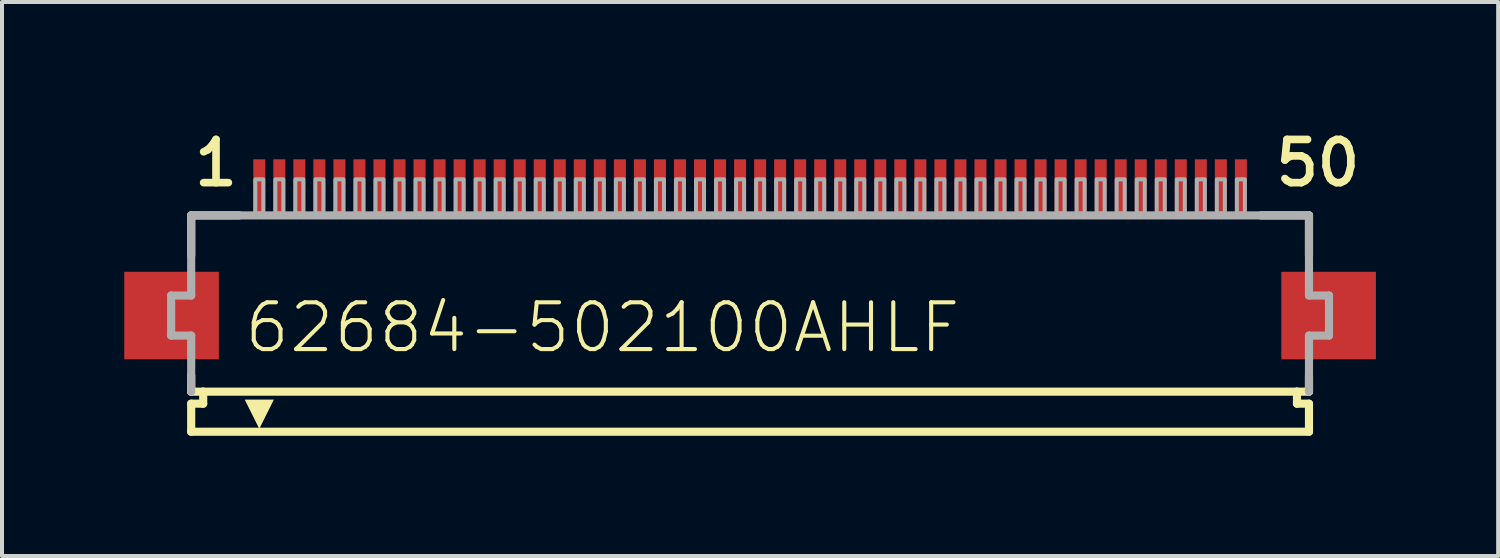
<source format=kicad_pcb>
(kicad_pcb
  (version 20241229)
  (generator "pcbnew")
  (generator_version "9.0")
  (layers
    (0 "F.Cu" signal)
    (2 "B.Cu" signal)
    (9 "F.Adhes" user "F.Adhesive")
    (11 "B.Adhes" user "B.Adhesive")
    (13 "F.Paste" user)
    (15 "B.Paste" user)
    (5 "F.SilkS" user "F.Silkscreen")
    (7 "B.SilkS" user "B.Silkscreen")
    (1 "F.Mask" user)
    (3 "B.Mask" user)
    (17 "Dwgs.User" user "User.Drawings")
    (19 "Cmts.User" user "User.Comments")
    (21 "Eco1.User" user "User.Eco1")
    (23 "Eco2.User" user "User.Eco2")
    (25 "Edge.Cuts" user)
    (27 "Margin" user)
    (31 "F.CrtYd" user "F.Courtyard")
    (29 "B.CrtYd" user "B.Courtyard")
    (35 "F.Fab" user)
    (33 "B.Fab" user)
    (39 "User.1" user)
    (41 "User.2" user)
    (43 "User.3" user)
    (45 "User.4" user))
  (footprint "62684-502100AHLF"
    (layer "F.Cu")
    (at 15.672 4.826)
    (property "Reference" "62684-502100AHLF" (at -12.678 0.985 0) (layer "F.SilkS") (effects (font (size 1.168 1.168) (thickness 0.102)) (justify left bottom)))
    (fp_poly (pts (xy -15.621 1.092) (xy -13.259 1.092) (xy -13.259 -1.092) (xy -15.621 -1.092)) (stroke (width 0) (type default)) (fill yes) (layer "F.Cu"))
    (fp_poly (pts (xy 15.621 -1.092) (xy 13.259 -1.092) (xy 13.259 1.092) (xy 15.621 1.092)) (stroke (width 0) (type default)) (fill yes) (layer "F.Cu"))
    (fp_poly (pts (xy -15.672 1.168) (xy -13.208 1.168) (xy -13.208 -1.168) (xy -15.672 -1.168)) (stroke (width 0) (type default)) (fill yes) (layer "F.Mask"))
    (fp_poly (pts (xy -12.45 -2.55) (xy -12.05 -2.55) (xy -12.05 -3.95) (xy -12.45 -3.95)) (stroke (width 0) (type default)) (fill yes) (layer "F.Mask"))
    (fp_poly (pts (xy -11.95 -2.55) (xy -11.55 -2.55) (xy -11.55 -3.95) (xy -11.95 -3.95)) (stroke (width 0) (type default)) (fill yes) (layer "F.Mask"))
    (fp_poly (pts (xy -11.45 -2.55) (xy -11.05 -2.55) (xy -11.05 -3.95) (xy -11.45 -3.95)) (stroke (width 0) (type default)) (fill yes) (layer "F.Mask"))
    (fp_poly (pts (xy -10.95 -2.55) (xy -10.55 -2.55) (xy -10.55 -3.95) (xy -10.95 -3.95)) (stroke (width 0) (type default)) (fill yes) (layer "F.Mask"))
    (fp_poly (pts (xy -10.45 -2.55) (xy -10.05 -2.55) (xy -10.05 -3.95) (xy -10.45 -3.95)) (stroke (width 0) (type default)) (fill yes) (layer "F.Mask"))
    (fp_poly (pts (xy -9.95 -2.55) (xy -9.55 -2.55) (xy -9.55 -3.95) (xy -9.95 -3.95)) (stroke (width 0) (type default)) (fill yes) (layer "F.Mask"))
    (fp_poly (pts (xy -9.45 -2.55) (xy -9.05 -2.55) (xy -9.05 -3.95) (xy -9.45 -3.95)) (stroke (width 0) (type default)) (fill yes) (layer "F.Mask"))
    (fp_poly (pts (xy -8.95 -2.55) (xy -8.55 -2.55) (xy -8.55 -3.95) (xy -8.95 -3.95)) (stroke (width 0) (type default)) (fill yes) (layer "F.Mask"))
    (fp_poly (pts (xy -8.45 -2.55) (xy -8.05 -2.55) (xy -8.05 -3.95) (xy -8.45 -3.95)) (stroke (width 0) (type default)) (fill yes) (layer "F.Mask"))
    (fp_poly (pts (xy -7.95 -2.55) (xy -7.55 -2.55) (xy -7.55 -3.95) (xy -7.95 -3.95)) (stroke (width 0) (type default)) (fill yes) (layer "F.Mask"))
    (fp_poly (pts (xy -7.45 -2.55) (xy -7.05 -2.55) (xy -7.05 -3.95) (xy -7.45 -3.95)) (stroke (width 0) (type default)) (fill yes) (layer "F.Mask"))
    (fp_poly (pts (xy -6.95 -2.55) (xy -6.55 -2.55) (xy -6.55 -3.95) (xy -6.95 -3.95)) (stroke (width 0) (type default)) (fill yes) (layer "F.Mask"))
    (fp_poly (pts (xy -6.45 -2.55) (xy -6.05 -2.55) (xy -6.05 -3.95) (xy -6.45 -3.95)) (stroke (width 0) (type default)) (fill yes) (layer "F.Mask"))
    (fp_poly (pts (xy -5.95 -2.55) (xy -5.55 -2.55) (xy -5.55 -3.95) (xy -5.95 -3.95)) (stroke (width 0) (type default)) (fill yes) (layer "F.Mask"))
    (fp_poly (pts (xy -5.45 -2.55) (xy -5.05 -2.55) (xy -5.05 -3.95) (xy -5.45 -3.95)) (stroke (width 0) (type default)) (fill yes) (layer "F.Mask"))
    (fp_poly (pts (xy -4.95 -2.55) (xy -4.55 -2.55) (xy -4.55 -3.95) (xy -4.95 -3.95)) (stroke (width 0) (type default)) (fill yes) (layer "F.Mask"))
    (fp_poly (pts (xy -4.45 -2.55) (xy -4.05 -2.55) (xy -4.05 -3.95) (xy -4.45 -3.95)) (stroke (width 0) (type default)) (fill yes) (layer "F.Mask"))
    (fp_poly (pts (xy -3.95 -2.55) (xy -3.55 -2.55) (xy -3.55 -3.95) (xy -3.95 -3.95)) (stroke (width 0) (type default)) (fill yes) (layer "F.Mask"))
    (fp_poly (pts (xy -3.45 -2.55) (xy -3.05 -2.55) (xy -3.05 -3.95) (xy -3.45 -3.95)) (stroke (width 0) (type default)) (fill yes) (layer "F.Mask"))
    (fp_poly (pts (xy -2.95 -2.55) (xy -2.55 -2.55) (xy -2.55 -3.95) (xy -2.95 -3.95)) (stroke (width 0) (type default)) (fill yes) (layer "F.Mask"))
    (fp_poly (pts (xy -2.45 -2.55) (xy -2.05 -2.55) (xy -2.05 -3.95) (xy -2.45 -3.95)) (stroke (width 0) (type default)) (fill yes) (layer "F.Mask"))
    (fp_poly (pts (xy -1.95 -2.55) (xy -1.55 -2.55) (xy -1.55 -3.95) (xy -1.95 -3.95)) (stroke (width 0) (type default)) (fill yes) (layer "F.Mask"))
    (fp_poly (pts (xy -1.45 -2.55) (xy -1.05 -2.55) (xy -1.05 -3.95) (xy -1.45 -3.95)) (stroke (width 0) (type default)) (fill yes) (layer "F.Mask"))
    (fp_poly (pts (xy -0.95 -2.55) (xy -0.55 -2.55) (xy -0.55 -3.95) (xy -0.95 -3.95)) (stroke (width 0) (type default)) (fill yes) (layer "F.Mask"))
    (fp_poly (pts (xy -0.45 -2.55) (xy -0.05 -2.55) (xy -0.05 -3.95) (xy -0.45 -3.95)) (stroke (width 0) (type default)) (fill yes) (layer "F.Mask"))
    (fp_poly (pts (xy 0.05 -2.55) (xy 0.45 -2.55) (xy 0.45 -3.95) (xy 0.05 -3.95)) (stroke (width 0) (type default)) (fill yes) (layer "F.Mask"))
    (fp_poly (pts (xy 0.55 -2.55) (xy 0.95 -2.55) (xy 0.95 -3.95) (xy 0.55 -3.95)) (stroke (width 0) (type default)) (fill yes) (layer "F.Mask"))
    (fp_poly (pts (xy 1.05 -2.55) (xy 1.45 -2.55) (xy 1.45 -3.95) (xy 1.05 -3.95)) (stroke (width 0) (type default)) (fill yes) (layer "F.Mask"))
    (fp_poly (pts (xy 1.55 -2.55) (xy 1.95 -2.55) (xy 1.95 -3.95) (xy 1.55 -3.95)) (stroke (width 0) (type default)) (fill yes) (layer "F.Mask"))
    (fp_poly (pts (xy 2.05 -2.55) (xy 2.45 -2.55) (xy 2.45 -3.95) (xy 2.05 -3.95)) (stroke (width 0) (type default)) (fill yes) (layer "F.Mask"))
    (fp_poly (pts (xy 2.55 -2.55) (xy 2.95 -2.55) (xy 2.95 -3.95) (xy 2.55 -3.95)) (stroke (width 0) (type default)) (fill yes) (layer "F.Mask"))
    (fp_poly (pts (xy 3.05 -2.55) (xy 3.45 -2.55) (xy 3.45 -3.95) (xy 3.05 -3.95)) (stroke (width 0) (type default)) (fill yes) (layer "F.Mask"))
    (fp_poly (pts (xy 3.55 -2.55) (xy 3.95 -2.55) (xy 3.95 -3.95) (xy 3.55 -3.95)) (stroke (width 0) (type default)) (fill yes) (layer "F.Mask"))
    (fp_poly (pts (xy 4.05 -2.55) (xy 4.45 -2.55) (xy 4.45 -3.95) (xy 4.05 -3.95)) (stroke (width 0) (type default)) (fill yes) (layer "F.Mask"))
    (fp_poly (pts (xy 4.55 -2.55) (xy 4.95 -2.55) (xy 4.95 -3.95) (xy 4.55 -3.95)) (stroke (width 0) (type default)) (fill yes) (layer "F.Mask"))
    (fp_poly (pts (xy 5.05 -2.55) (xy 5.45 -2.55) (xy 5.45 -3.95) (xy 5.05 -3.95)) (stroke (width 0) (type default)) (fill yes) (layer "F.Mask"))
    (fp_poly (pts (xy 5.55 -2.55) (xy 5.95 -2.55) (xy 5.95 -3.95) (xy 5.55 -3.95)) (stroke (width 0) (type default)) (fill yes) (layer "F.Mask"))
    (fp_poly (pts (xy 6.05 -2.55) (xy 6.45 -2.55) (xy 6.45 -3.95) (xy 6.05 -3.95)) (stroke (width 0) (type default)) (fill yes) (layer "F.Mask"))
    (fp_poly (pts (xy 6.55 -2.55) (xy 6.95 -2.55) (xy 6.95 -3.95) (xy 6.55 -3.95)) (stroke (width 0) (type default)) (fill yes) (layer "F.Mask"))
    (fp_poly (pts (xy 7.05 -2.55) (xy 7.45 -2.55) (xy 7.45 -3.95) (xy 7.05 -3.95)) (stroke (width 0) (type default)) (fill yes) (layer "F.Mask"))
    (fp_poly (pts (xy 7.55 -2.55) (xy 7.95 -2.55) (xy 7.95 -3.95) (xy 7.55 -3.95)) (stroke (width 0) (type default)) (fill yes) (layer "F.Mask"))
    (fp_poly (pts (xy 8.05 -2.55) (xy 8.45 -2.55) (xy 8.45 -3.95) (xy 8.05 -3.95)) (stroke (width 0) (type default)) (fill yes) (layer "F.Mask"))
    (fp_poly (pts (xy 8.55 -2.55) (xy 8.95 -2.55) (xy 8.95 -3.95) (xy 8.55 -3.95)) (stroke (width 0) (type default)) (fill yes) (layer "F.Mask"))
    (fp_poly (pts (xy 9.05 -2.55) (xy 9.45 -2.55) (xy 9.45 -3.95) (xy 9.05 -3.95)) (stroke (width 0) (type default)) (fill yes) (layer "F.Mask"))
    (fp_poly (pts (xy 9.55 -2.55) (xy 9.95 -2.55) (xy 9.95 -3.95) (xy 9.55 -3.95)) (stroke (width 0) (type default)) (fill yes) (layer "F.Mask"))
    (fp_poly (pts (xy 10.05 -2.55) (xy 10.45 -2.55) (xy 10.45 -3.95) (xy 10.05 -3.95)) (stroke (width 0) (type default)) (fill yes) (layer "F.Mask"))
    (fp_poly (pts (xy 10.55 -2.55) (xy 10.95 -2.55) (xy 10.95 -3.95) (xy 10.55 -3.95)) (stroke (width 0) (type default)) (fill yes) (layer "F.Mask"))
    (fp_poly (pts (xy 11.05 -2.55) (xy 11.45 -2.55) (xy 11.45 -3.95) (xy 11.05 -3.95)) (stroke (width 0) (type default)) (fill yes) (layer "F.Mask"))
    (fp_poly (pts (xy 11.55 -2.55) (xy 11.95 -2.55) (xy 11.95 -3.95) (xy 11.55 -3.95)) (stroke (width 0) (type default)) (fill yes) (layer "F.Mask"))
    (fp_poly (pts (xy 12.05 -2.55) (xy 12.45 -2.55) (xy 12.45 -3.95) (xy 12.05 -3.95)) (stroke (width 0) (type default)) (fill yes) (layer "F.Mask"))
    (fp_poly (pts (xy 15.672 -1.168) (xy 13.208 -1.168) (xy 13.208 1.168) (xy 15.672 1.168)) (stroke (width 0) (type default)) (fill yes) (layer "F.Mask"))
    (fp_line (start -13.95 -2.5) (end -13.95 -1.5) (stroke (width 0.203) (type solid)) (layer "F.SilkS"))
    (fp_line (start -13.95 1.5) (end -13.95 1.9) (stroke (width 0.203) (type solid)) (layer "F.SilkS"))
    (fp_line (start -13.95 1.9) (end -13.65 1.9) (stroke (width 0.203) (type solid)) (layer "F.SilkS"))
    (fp_line (start -13.95 2.2) (end -13.95 2.9) (stroke (width 0.203) (type solid)) (layer "F.SilkS"))
    (fp_line (start -13.65 1.9) (end -13.65 2.2) (stroke (width 0.203) (type solid)) (layer "F.SilkS"))
    (fp_line (start -13.65 2.2) (end -13.95 2.2) (stroke (width 0.203) (type solid)) (layer "F.SilkS"))
    (fp_line (start -12.75 -2.5) (end -13.95 -2.5) (stroke (width 0.203) (type solid)) (layer "F.SilkS"))
    (fp_line (start 13.65 1.9) (end -13.65 1.9) (stroke (width 0.203) (type solid)) (layer "F.SilkS"))
    (fp_line (start 13.65 1.9) (end 13.95 1.9) (stroke (width 0.203) (type solid)) (layer "F.SilkS"))
    (fp_line (start 13.65 2.2) (end 13.65 1.9) (stroke (width 0.203) (type solid)) (layer "F.SilkS"))
    (fp_line (start 13.95 -2.5) (end 12.75 -2.5) (stroke (width 0.203) (type solid)) (layer "F.SilkS"))
    (fp_line (start 13.95 -1.5) (end 13.95 -2.5) (stroke (width 0.203) (type solid)) (layer "F.SilkS"))
    (fp_line (start 13.95 1.9) (end 13.95 1.5) (stroke (width 0.203) (type solid)) (layer "F.SilkS"))
    (fp_line (start 13.95 2.2) (end 13.65 2.2) (stroke (width 0.203) (type solid)) (layer "F.SilkS"))
    (fp_line (start 13.95 2.9) (end -13.95 2.9) (stroke (width 0.203) (type solid)) (layer "F.SilkS"))
    (fp_line (start 13.95 2.9) (end 13.95 2.2) (stroke (width 0.203) (type solid)) (layer "F.SilkS"))
    (fp_poly (pts (xy -12.25 2.827) (xy -12.614 2.098) (xy -11.886 2.098)) (stroke (width 0) (type default)) (fill yes) (layer "F.SilkS"))
    (fp_poly (pts (xy -13.325 -1.025) (xy -14.975 -1.025) (xy -14.975 1.025) (xy -13.325 1.025)) (stroke (width 0) (type default)) (fill yes) (layer "F.Paste"))
    (fp_poly (pts (xy -12.375 -2.625) (xy -12.125 -2.625) (xy -12.125 -3.875) (xy -12.375 -3.875)) (stroke (width 0) (type default)) (fill yes) (layer "F.Paste"))
    (fp_poly (pts (xy -11.875 -2.625) (xy -11.625 -2.625) (xy -11.625 -3.875) (xy -11.875 -3.875)) (stroke (width 0) (type default)) (fill yes) (layer "F.Paste"))
    (fp_poly (pts (xy -11.375 -2.625) (xy -11.125 -2.625) (xy -11.125 -3.875) (xy -11.375 -3.875)) (stroke (width 0) (type default)) (fill yes) (layer "F.Paste"))
    (fp_poly (pts (xy -10.875 -2.625) (xy -10.625 -2.625) (xy -10.625 -3.875) (xy -10.875 -3.875)) (stroke (width 0) (type default)) (fill yes) (layer "F.Paste"))
    (fp_poly (pts (xy -10.375 -2.625) (xy -10.125 -2.625) (xy -10.125 -3.875) (xy -10.375 -3.875)) (stroke (width 0) (type default)) (fill yes) (layer "F.Paste"))
    (fp_poly (pts (xy -9.875 -2.625) (xy -9.625 -2.625) (xy -9.625 -3.875) (xy -9.875 -3.875)) (stroke (width 0) (type default)) (fill yes) (layer "F.Paste"))
    (fp_poly (pts (xy -9.375 -2.625) (xy -9.125 -2.625) (xy -9.125 -3.875) (xy -9.375 -3.875)) (stroke (width 0) (type default)) (fill yes) (layer "F.Paste"))
    (fp_poly (pts (xy -8.875 -2.625) (xy -8.625 -2.625) (xy -8.625 -3.875) (xy -8.875 -3.875)) (stroke (width 0) (type default)) (fill yes) (layer "F.Paste"))
    (fp_poly (pts (xy -8.375 -2.625) (xy -8.125 -2.625) (xy -8.125 -3.875) (xy -8.375 -3.875)) (stroke (width 0) (type default)) (fill yes) (layer "F.Paste"))
    (fp_poly (pts (xy -7.875 -2.625) (xy -7.625 -2.625) (xy -7.625 -3.875) (xy -7.875 -3.875)) (stroke (width 0) (type default)) (fill yes) (layer "F.Paste"))
    (fp_poly (pts (xy -7.375 -2.625) (xy -7.125 -2.625) (xy -7.125 -3.875) (xy -7.375 -3.875)) (stroke (width 0) (type default)) (fill yes) (layer "F.Paste"))
    (fp_poly (pts (xy -6.875 -2.625) (xy -6.625 -2.625) (xy -6.625 -3.875) (xy -6.875 -3.875)) (stroke (width 0) (type default)) (fill yes) (layer "F.Paste"))
    (fp_poly (pts (xy -6.375 -2.625) (xy -6.125 -2.625) (xy -6.125 -3.875) (xy -6.375 -3.875)) (stroke (width 0) (type default)) (fill yes) (layer "F.Paste"))
    (fp_poly (pts (xy -5.875 -2.625) (xy -5.625 -2.625) (xy -5.625 -3.875) (xy -5.875 -3.875)) (stroke (width 0) (type default)) (fill yes) (layer "F.Paste"))
    (fp_poly (pts (xy -5.375 -2.625) (xy -5.125 -2.625) (xy -5.125 -3.875) (xy -5.375 -3.875)) (stroke (width 0) (type default)) (fill yes) (layer "F.Paste"))
    (fp_poly (pts (xy -4.875 -2.625) (xy -4.625 -2.625) (xy -4.625 -3.875) (xy -4.875 -3.875)) (stroke (width 0) (type default)) (fill yes) (layer "F.Paste"))
    (fp_poly (pts (xy -4.375 -2.625) (xy -4.125 -2.625) (xy -4.125 -3.875) (xy -4.375 -3.875)) (stroke (width 0) (type default)) (fill yes) (layer "F.Paste"))
    (fp_poly (pts (xy -3.875 -2.625) (xy -3.625 -2.625) (xy -3.625 -3.875) (xy -3.875 -3.875)) (stroke (width 0) (type default)) (fill yes) (layer "F.Paste"))
    (fp_poly (pts (xy -3.375 -2.625) (xy -3.125 -2.625) (xy -3.125 -3.875) (xy -3.375 -3.875)) (stroke (width 0) (type default)) (fill yes) (layer "F.Paste"))
    (fp_poly (pts (xy -2.875 -2.625) (xy -2.625 -2.625) (xy -2.625 -3.875) (xy -2.875 -3.875)) (stroke (width 0) (type default)) (fill yes) (layer "F.Paste"))
    (fp_poly (pts (xy -2.375 -2.625) (xy -2.125 -2.625) (xy -2.125 -3.875) (xy -2.375 -3.875)) (stroke (width 0) (type default)) (fill yes) (layer "F.Paste"))
    (fp_poly (pts (xy -1.875 -2.625) (xy -1.625 -2.625) (xy -1.625 -3.875) (xy -1.875 -3.875)) (stroke (width 0) (type default)) (fill yes) (layer "F.Paste"))
    (fp_poly (pts (xy -1.375 -2.625) (xy -1.125 -2.625) (xy -1.125 -3.875) (xy -1.375 -3.875)) (stroke (width 0) (type default)) (fill yes) (layer "F.Paste"))
    (fp_poly (pts (xy -0.875 -2.625) (xy -0.625 -2.625) (xy -0.625 -3.875) (xy -0.875 -3.875)) (stroke (width 0) (type default)) (fill yes) (layer "F.Paste"))
    (fp_poly (pts (xy -0.375 -2.625) (xy -0.125 -2.625) (xy -0.125 -3.875) (xy -0.375 -3.875)) (stroke (width 0) (type default)) (fill yes) (layer "F.Paste"))
    (fp_poly (pts (xy 0.125 -2.625) (xy 0.375 -2.625) (xy 0.375 -3.875) (xy 0.125 -3.875)) (stroke (width 0) (type default)) (fill yes) (layer "F.Paste"))
    (fp_poly (pts (xy 0.625 -2.625) (xy 0.875 -2.625) (xy 0.875 -3.875) (xy 0.625 -3.875)) (stroke (width 0) (type default)) (fill yes) (layer "F.Paste"))
    (fp_poly (pts (xy 1.125 -2.625) (xy 1.375 -2.625) (xy 1.375 -3.875) (xy 1.125 -3.875)) (stroke (width 0) (type default)) (fill yes) (layer "F.Paste"))
    (fp_poly (pts (xy 1.625 -2.625) (xy 1.875 -2.625) (xy 1.875 -3.875) (xy 1.625 -3.875)) (stroke (width 0) (type default)) (fill yes) (layer "F.Paste"))
    (fp_poly (pts (xy 2.125 -2.625) (xy 2.375 -2.625) (xy 2.375 -3.875) (xy 2.125 -3.875)) (stroke (width 0) (type default)) (fill yes) (layer "F.Paste"))
    (fp_poly (pts (xy 2.625 -2.625) (xy 2.875 -2.625) (xy 2.875 -3.875) (xy 2.625 -3.875)) (stroke (width 0) (type default)) (fill yes) (layer "F.Paste"))
    (fp_poly (pts (xy 3.125 -2.625) (xy 3.375 -2.625) (xy 3.375 -3.875) (xy 3.125 -3.875)) (stroke (width 0) (type default)) (fill yes) (layer "F.Paste"))
    (fp_poly (pts (xy 3.625 -2.625) (xy 3.875 -2.625) (xy 3.875 -3.875) (xy 3.625 -3.875)) (stroke (width 0) (type default)) (fill yes) (layer "F.Paste"))
    (fp_poly (pts (xy 4.125 -2.625) (xy 4.375 -2.625) (xy 4.375 -3.875) (xy 4.125 -3.875)) (stroke (width 0) (type default)) (fill yes) (layer "F.Paste"))
    (fp_poly (pts (xy 4.625 -2.625) (xy 4.875 -2.625) (xy 4.875 -3.875) (xy 4.625 -3.875)) (stroke (width 0) (type default)) (fill yes) (layer "F.Paste"))
    (fp_poly (pts (xy 5.125 -2.625) (xy 5.375 -2.625) (xy 5.375 -3.875) (xy 5.125 -3.875)) (stroke (width 0) (type default)) (fill yes) (layer "F.Paste"))
    (fp_poly (pts (xy 5.625 -2.625) (xy 5.875 -2.625) (xy 5.875 -3.875) (xy 5.625 -3.875)) (stroke (width 0) (type default)) (fill yes) (layer "F.Paste"))
    (fp_poly (pts (xy 6.125 -2.625) (xy 6.375 -2.625) (xy 6.375 -3.875) (xy 6.125 -3.875)) (stroke (width 0) (type default)) (fill yes) (layer "F.Paste"))
    (fp_poly (pts (xy 6.625 -2.625) (xy 6.875 -2.625) (xy 6.875 -3.875) (xy 6.625 -3.875)) (stroke (width 0) (type default)) (fill yes) (layer "F.Paste"))
    (fp_poly (pts (xy 7.125 -2.625) (xy 7.375 -2.625) (xy 7.375 -3.875) (xy 7.125 -3.875)) (stroke (width 0) (type default)) (fill yes) (layer "F.Paste"))
    (fp_poly (pts (xy 7.625 -2.625) (xy 7.875 -2.625) (xy 7.875 -3.875) (xy 7.625 -3.875)) (stroke (width 0) (type default)) (fill yes) (layer "F.Paste"))
    (fp_poly (pts (xy 8.125 -2.625) (xy 8.375 -2.625) (xy 8.375 -3.875) (xy 8.125 -3.875)) (stroke (width 0) (type default)) (fill yes) (layer "F.Paste"))
    (fp_poly (pts (xy 8.625 -2.625) (xy 8.875 -2.625) (xy 8.875 -3.875) (xy 8.625 -3.875)) (stroke (width 0) (type default)) (fill yes) (layer "F.Paste"))
    (fp_poly (pts (xy 9.125 -2.625) (xy 9.375 -2.625) (xy 9.375 -3.875) (xy 9.125 -3.875)) (stroke (width 0) (type default)) (fill yes) (layer "F.Paste"))
    (fp_poly (pts (xy 9.625 -2.625) (xy 9.875 -2.625) (xy 9.875 -3.875) (xy 9.625 -3.875)) (stroke (width 0) (type default)) (fill yes) (layer "F.Paste"))
    (fp_poly (pts (xy 10.125 -2.625) (xy 10.375 -2.625) (xy 10.375 -3.875) (xy 10.125 -3.875)) (stroke (width 0) (type default)) (fill yes) (layer "F.Paste"))
    (fp_poly (pts (xy 10.625 -2.625) (xy 10.875 -2.625) (xy 10.875 -3.875) (xy 10.625 -3.875)) (stroke (width 0) (type default)) (fill yes) (layer "F.Paste"))
    (fp_poly (pts (xy 11.125 -2.625) (xy 11.375 -2.625) (xy 11.375 -3.875) (xy 11.125 -3.875)) (stroke (width 0) (type default)) (fill yes) (layer "F.Paste"))
    (fp_poly (pts (xy 11.625 -2.625) (xy 11.875 -2.625) (xy 11.875 -3.875) (xy 11.625 -3.875)) (stroke (width 0) (type default)) (fill yes) (layer "F.Paste"))
    (fp_poly (pts (xy 12.125 -2.625) (xy 12.375 -2.625) (xy 12.375 -3.875) (xy 12.125 -3.875)) (stroke (width 0) (type default)) (fill yes) (layer "F.Paste"))
    (fp_poly (pts (xy 14.975 -1.025) (xy 13.325 -1.025) (xy 13.325 1.025) (xy 14.975 1.025)) (stroke (width 0) (type default)) (fill yes) (layer "F.Paste"))
    (fp_line (start -14.45 -0.5) (end -14.45 0.5) (stroke (width 0.203) (type solid)) (layer "F.Fab"))
    (fp_line (start -14.45 0.5) (end -13.95 0.5) (stroke (width 0.203) (type solid)) (layer "F.Fab"))
    (fp_line (start -13.95 -2.5) (end -13.95 -0.5) (stroke (width 0.203) (type solid)) (layer "F.Fab"))
    (fp_line (start -13.95 -0.5) (end -14.45 -0.5) (stroke (width 0.203) (type solid)) (layer "F.Fab"))
    (fp_line (start -13.95 0.5) (end -13.95 1.9) (stroke (width 0.203) (type solid)) (layer "F.Fab"))
    (fp_line (start 13.95 -2.5) (end -13.95 -2.5) (stroke (width 0.203) (type solid)) (layer "F.Fab"))
    (fp_line (start 13.95 -0.5) (end 13.95 -2.5) (stroke (width 0.203) (type solid)) (layer "F.Fab"))
    (fp_line (start 13.95 0.5) (end 14.45 0.5) (stroke (width 0.203) (type solid)) (layer "F.Fab"))
    (fp_line (start 13.95 1.9) (end 13.95 0.5) (stroke (width 0.203) (type solid)) (layer "F.Fab"))
    (fp_line (start 14.45 -0.5) (end 13.95 -0.5) (stroke (width 0.203) (type solid)) (layer "F.Fab"))
    (fp_line (start 14.45 0.5) (end 14.45 -0.5) (stroke (width 0.203) (type solid)) (layer "F.Fab"))
    (fp_poly (pts (xy -12.35 -2.55) (xy -12.15 -2.55) (xy -12.15 -3.4) (xy -12.35 -3.4)) (stroke (width 0.1) (type default)) (fill no) (layer "F.Fab"))
    (fp_poly (pts (xy -11.85 -2.55) (xy -11.65 -2.55) (xy -11.65 -3.4) (xy -11.85 -3.4)) (stroke (width 0.1) (type default)) (fill no) (layer "F.Fab"))
    (fp_poly (pts (xy -11.35 -2.55) (xy -11.15 -2.55) (xy -11.15 -3.4) (xy -11.35 -3.4)) (stroke (width 0.1) (type default)) (fill no) (layer "F.Fab"))
    (fp_poly (pts (xy -10.85 -2.55) (xy -10.65 -2.55) (xy -10.65 -3.4) (xy -10.85 -3.4)) (stroke (width 0.1) (type default)) (fill no) (layer "F.Fab"))
    (fp_poly (pts (xy -10.35 -2.55) (xy -10.15 -2.55) (xy -10.15 -3.4) (xy -10.35 -3.4)) (stroke (width 0.1) (type default)) (fill no) (layer "F.Fab"))
    (fp_poly (pts (xy -9.85 -2.55) (xy -9.65 -2.55) (xy -9.65 -3.4) (xy -9.85 -3.4)) (stroke (width 0.1) (type default)) (fill no) (layer "F.Fab"))
    (fp_poly (pts (xy -9.35 -2.55) (xy -9.15 -2.55) (xy -9.15 -3.4) (xy -9.35 -3.4)) (stroke (width 0.1) (type default)) (fill no) (layer "F.Fab"))
    (fp_poly (pts (xy -8.85 -2.55) (xy -8.65 -2.55) (xy -8.65 -3.4) (xy -8.85 -3.4)) (stroke (width 0.1) (type default)) (fill no) (layer "F.Fab"))
    (fp_poly (pts (xy -8.35 -2.55) (xy -8.15 -2.55) (xy -8.15 -3.4) (xy -8.35 -3.4)) (stroke (width 0.1) (type default)) (fill no) (layer "F.Fab"))
    (fp_poly (pts (xy -7.85 -2.55) (xy -7.65 -2.55) (xy -7.65 -3.4) (xy -7.85 -3.4)) (stroke (width 0.1) (type default)) (fill no) (layer "F.Fab"))
    (fp_poly (pts (xy -7.35 -2.55) (xy -7.15 -2.55) (xy -7.15 -3.4) (xy -7.35 -3.4)) (stroke (width 0.1) (type default)) (fill no) (layer "F.Fab"))
    (fp_poly (pts (xy -6.85 -2.55) (xy -6.65 -2.55) (xy -6.65 -3.4) (xy -6.85 -3.4)) (stroke (width 0.1) (type default)) (fill no) (layer "F.Fab"))
    (fp_poly (pts (xy -6.35 -2.55) (xy -6.15 -2.55) (xy -6.15 -3.4) (xy -6.35 -3.4)) (stroke (width 0.1) (type default)) (fill no) (layer "F.Fab"))
    (fp_poly (pts (xy -5.85 -2.55) (xy -5.65 -2.55) (xy -5.65 -3.4) (xy -5.85 -3.4)) (stroke (width 0.1) (type default)) (fill no) (layer "F.Fab"))
    (fp_poly (pts (xy -5.35 -2.55) (xy -5.15 -2.55) (xy -5.15 -3.4) (xy -5.35 -3.4)) (stroke (width 0.1) (type default)) (fill no) (layer "F.Fab"))
    (fp_poly (pts (xy -4.85 -2.55) (xy -4.65 -2.55) (xy -4.65 -3.4) (xy -4.85 -3.4)) (stroke (width 0.1) (type default)) (fill no) (layer "F.Fab"))
    (fp_poly (pts (xy -4.35 -2.55) (xy -4.15 -2.55) (xy -4.15 -3.4) (xy -4.35 -3.4)) (stroke (width 0.1) (type default)) (fill no) (layer "F.Fab"))
    (fp_poly (pts (xy -3.85 -2.55) (xy -3.65 -2.55) (xy -3.65 -3.4) (xy -3.85 -3.4)) (stroke (width 0.1) (type default)) (fill no) (layer "F.Fab"))
    (fp_poly (pts (xy -3.35 -2.55) (xy -3.15 -2.55) (xy -3.15 -3.4) (xy -3.35 -3.4)) (stroke (width 0.1) (type default)) (fill no) (layer "F.Fab"))
    (fp_poly (pts (xy -2.85 -2.55) (xy -2.65 -2.55) (xy -2.65 -3.4) (xy -2.85 -3.4)) (stroke (width 0.1) (type default)) (fill no) (layer "F.Fab"))
    (fp_poly (pts (xy -2.35 -2.55) (xy -2.15 -2.55) (xy -2.15 -3.4) (xy -2.35 -3.4)) (stroke (width 0.1) (type default)) (fill no) (layer "F.Fab"))
    (fp_poly (pts (xy -1.85 -2.55) (xy -1.65 -2.55) (xy -1.65 -3.4) (xy -1.85 -3.4)) (stroke (width 0.1) (type default)) (fill no) (layer "F.Fab"))
    (fp_poly (pts (xy -1.35 -2.55) (xy -1.15 -2.55) (xy -1.15 -3.4) (xy -1.35 -3.4)) (stroke (width 0.1) (type default)) (fill no) (layer "F.Fab"))
    (fp_poly (pts (xy -0.85 -2.55) (xy -0.65 -2.55) (xy -0.65 -3.4) (xy -0.85 -3.4)) (stroke (width 0.1) (type default)) (fill no) (layer "F.Fab"))
    (fp_poly (pts (xy -0.35 -2.55) (xy -0.15 -2.55) (xy -0.15 -3.4) (xy -0.35 -3.4)) (stroke (width 0.1) (type default)) (fill no) (layer "F.Fab"))
    (fp_poly (pts (xy 0.15 -2.55) (xy 0.35 -2.55) (xy 0.35 -3.4) (xy 0.15 -3.4)) (stroke (width 0.1) (type default)) (fill no) (layer "F.Fab"))
    (fp_poly (pts (xy 0.65 -2.55) (xy 0.85 -2.55) (xy 0.85 -3.4) (xy 0.65 -3.4)) (stroke (width 0.1) (type default)) (fill no) (layer "F.Fab"))
    (fp_poly (pts (xy 1.15 -2.55) (xy 1.35 -2.55) (xy 1.35 -3.4) (xy 1.15 -3.4)) (stroke (width 0.1) (type default)) (fill no) (layer "F.Fab"))
    (fp_poly (pts (xy 1.65 -2.55) (xy 1.85 -2.55) (xy 1.85 -3.4) (xy 1.65 -3.4)) (stroke (width 0.1) (type default)) (fill no) (layer "F.Fab"))
    (fp_poly (pts (xy 2.15 -2.55) (xy 2.35 -2.55) (xy 2.35 -3.4) (xy 2.15 -3.4)) (stroke (width 0.1) (type default)) (fill no) (layer "F.Fab"))
    (fp_poly (pts (xy 2.65 -2.55) (xy 2.85 -2.55) (xy 2.85 -3.4) (xy 2.65 -3.4)) (stroke (width 0.1) (type default)) (fill no) (layer "F.Fab"))
    (fp_poly (pts (xy 3.15 -2.55) (xy 3.35 -2.55) (xy 3.35 -3.4) (xy 3.15 -3.4)) (stroke (width 0.1) (type default)) (fill no) (layer "F.Fab"))
    (fp_poly (pts (xy 3.65 -2.55) (xy 3.85 -2.55) (xy 3.85 -3.4) (xy 3.65 -3.4)) (stroke (width 0.1) (type default)) (fill no) (layer "F.Fab"))
    (fp_poly (pts (xy 4.15 -2.55) (xy 4.35 -2.55) (xy 4.35 -3.4) (xy 4.15 -3.4)) (stroke (width 0.1) (type default)) (fill no) (layer "F.Fab"))
    (fp_poly (pts (xy 4.65 -2.55) (xy 4.85 -2.55) (xy 4.85 -3.4) (xy 4.65 -3.4)) (stroke (width 0.1) (type default)) (fill no) (layer "F.Fab"))
    (fp_poly (pts (xy 5.15 -2.55) (xy 5.35 -2.55) (xy 5.35 -3.4) (xy 5.15 -3.4)) (stroke (width 0.1) (type default)) (fill no) (layer "F.Fab"))
    (fp_poly (pts (xy 5.65 -2.55) (xy 5.85 -2.55) (xy 5.85 -3.4) (xy 5.65 -3.4)) (stroke (width 0.1) (type default)) (fill no) (layer "F.Fab"))
    (fp_poly (pts (xy 6.15 -2.55) (xy 6.35 -2.55) (xy 6.35 -3.4) (xy 6.15 -3.4)) (stroke (width 0.1) (type default)) (fill no) (layer "F.Fab"))
    (fp_poly (pts (xy 6.65 -2.55) (xy 6.85 -2.55) (xy 6.85 -3.4) (xy 6.65 -3.4)) (stroke (width 0.1) (type default)) (fill no) (layer "F.Fab"))
    (fp_poly (pts (xy 7.15 -2.55) (xy 7.35 -2.55) (xy 7.35 -3.4) (xy 7.15 -3.4)) (stroke (width 0.1) (type default)) (fill no) (layer "F.Fab"))
    (fp_poly (pts (xy 7.65 -2.55) (xy 7.85 -2.55) (xy 7.85 -3.4) (xy 7.65 -3.4)) (stroke (width 0.1) (type default)) (fill no) (layer "F.Fab"))
    (fp_poly (pts (xy 8.15 -2.55) (xy 8.35 -2.55) (xy 8.35 -3.4) (xy 8.15 -3.4)) (stroke (width 0.1) (type default)) (fill no) (layer "F.Fab"))
    (fp_poly (pts (xy 8.65 -2.55) (xy 8.85 -2.55) (xy 8.85 -3.4) (xy 8.65 -3.4)) (stroke (width 0.1) (type default)) (fill no) (layer "F.Fab"))
    (fp_poly (pts (xy 9.15 -2.55) (xy 9.35 -2.55) (xy 9.35 -3.4) (xy 9.15 -3.4)) (stroke (width 0.1) (type default)) (fill no) (layer "F.Fab"))
    (fp_poly (pts (xy 9.65 -2.55) (xy 9.85 -2.55) (xy 9.85 -3.4) (xy 9.65 -3.4)) (stroke (width 0.1) (type default)) (fill no) (layer "F.Fab"))
    (fp_poly (pts (xy 10.15 -2.55) (xy 10.35 -2.55) (xy 10.35 -3.4) (xy 10.15 -3.4)) (stroke (width 0.1) (type default)) (fill no) (layer "F.Fab"))
    (fp_poly (pts (xy 10.65 -2.55) (xy 10.85 -2.55) (xy 10.85 -3.4) (xy 10.65 -3.4)) (stroke (width 0.1) (type default)) (fill no) (layer "F.Fab"))
    (fp_poly (pts (xy 11.15 -2.55) (xy 11.35 -2.55) (xy 11.35 -3.4) (xy 11.15 -3.4)) (stroke (width 0.1) (type default)) (fill no) (layer "F.Fab"))
    (fp_poly (pts (xy 11.65 -2.55) (xy 11.85 -2.55) (xy 11.85 -3.4) (xy 11.65 -3.4)) (stroke (width 0.1) (type default)) (fill no) (layer "F.Fab"))
    (fp_poly (pts (xy 12.15 -2.55) (xy 12.35 -2.55) (xy 12.35 -3.4) (xy 12.15 -3.4)) (stroke (width 0.1) (type default)) (fill no) (layer "F.Fab"))
    (fp_text user "1" (at -13.97 -3.175 0) (layer "F.SilkS") (effects (font (size 1.079 1.079) (thickness 0.191)) (justify left bottom)))
    (fp_text user "50" (at 13.018 -3.175 0) (layer "F.SilkS") (effects (font (size 1.079 1.079) (thickness 0.191)) (justify left bottom)))
    (pad "1" smd rect (at -12.25 -3.25) (size 0.3 1.3) (layers "F.Cu"))
    (pad "2" smd rect (at -11.75 -3.25) (size 0.3 1.3) (layers "F.Cu"))
    (pad "3" smd rect (at -11.25 -3.25) (size 0.3 1.3) (layers "F.Cu"))
    (pad "4" smd rect (at -10.75 -3.25) (size 0.3 1.3) (layers "F.Cu"))
    (pad "5" smd rect (at -10.25 -3.25) (size 0.3 1.3) (layers "F.Cu"))
    (pad "6" smd rect (at -9.75 -3.25) (size 0.3 1.3) (layers "F.Cu"))
    (pad "7" smd rect (at -9.25 -3.25) (size 0.3 1.3) (layers "F.Cu"))
    (pad "8" smd rect (at -8.75 -3.25) (size 0.3 1.3) (layers "F.Cu"))
    (pad "9" smd rect (at -8.25 -3.25) (size 0.3 1.3) (layers "F.Cu"))
    (pad "10" smd rect (at -7.75 -3.25) (size 0.3 1.3) (layers "F.Cu"))
    (pad "11" smd rect (at -7.25 -3.25) (size 0.3 1.3) (layers "F.Cu"))
    (pad "12" smd rect (at -6.75 -3.25) (size 0.3 1.3) (layers "F.Cu"))
    (pad "13" smd rect (at -6.25 -3.25) (size 0.3 1.3) (layers "F.Cu"))
    (pad "14" smd rect (at -5.75 -3.25) (size 0.3 1.3) (layers "F.Cu"))
    (pad "15" smd rect (at -5.25 -3.25) (size 0.3 1.3) (layers "F.Cu"))
    (pad "16" smd rect (at -4.75 -3.25) (size 0.3 1.3) (layers "F.Cu"))
    (pad "17" smd rect (at -4.25 -3.25) (size 0.3 1.3) (layers "F.Cu"))
    (pad "18" smd rect (at -3.75 -3.25) (size 0.3 1.3) (layers "F.Cu"))
    (pad "19" smd rect (at -3.25 -3.25) (size 0.3 1.3) (layers "F.Cu"))
    (pad "20" smd rect (at -2.75 -3.25) (size 0.3 1.3) (layers "F.Cu"))
    (pad "21" smd rect (at -2.25 -3.25) (size 0.3 1.3) (layers "F.Cu"))
    (pad "22" smd rect (at -1.75 -3.25) (size 0.3 1.3) (layers "F.Cu"))
    (pad "23" smd rect (at -1.25 -3.25) (size 0.3 1.3) (layers "F.Cu"))
    (pad "24" smd rect (at -0.75 -3.25) (size 0.3 1.3) (layers "F.Cu"))
    (pad "25" smd rect (at -0.25 -3.25) (size 0.3 1.3) (layers "F.Cu"))
    (pad "26" smd rect (at 0.25 -3.25) (size 0.3 1.3) (layers "F.Cu"))
    (pad "27" smd rect (at 0.75 -3.25) (size 0.3 1.3) (layers "F.Cu"))
    (pad "28" smd rect (at 1.25 -3.25) (size 0.3 1.3) (layers "F.Cu"))
    (pad "29" smd rect (at 1.75 -3.25) (size 0.3 1.3) (layers "F.Cu"))
    (pad "30" smd rect (at 2.25 -3.25) (size 0.3 1.3) (layers "F.Cu"))
    (pad "31" smd rect (at 2.75 -3.25) (size 0.3 1.3) (layers "F.Cu"))
    (pad "32" smd rect (at 3.25 -3.25) (size 0.3 1.3) (layers "F.Cu"))
    (pad "33" smd rect (at 3.75 -3.25) (size 0.3 1.3) (layers "F.Cu"))
    (pad "34" smd rect (at 4.25 -3.25) (size 0.3 1.3) (layers "F.Cu"))
    (pad "35" smd rect (at 4.75 -3.25) (size 0.3 1.3) (layers "F.Cu"))
    (pad "36" smd rect (at 5.25 -3.25) (size 0.3 1.3) (layers "F.Cu"))
    (pad "37" smd rect (at 5.75 -3.25) (size 0.3 1.3) (layers "F.Cu"))
    (pad "38" smd rect (at 6.25 -3.25) (size 0.3 1.3) (layers "F.Cu"))
    (pad "39" smd rect (at 6.75 -3.25) (size 0.3 1.3) (layers "F.Cu"))
    (pad "40" smd rect (at 7.25 -3.25) (size 0.3 1.3) (layers "F.Cu"))
    (pad "41" smd rect (at 7.75 -3.25) (size 0.3 1.3) (layers "F.Cu"))
    (pad "42" smd rect (at 8.25 -3.25) (size 0.3 1.3) (layers "F.Cu"))
    (pad "43" smd rect (at 8.75 -3.25) (size 0.3 1.3) (layers "F.Cu"))
    (pad "44" smd rect (at 9.25 -3.25) (size 0.3 1.3) (layers "F.Cu"))
    (pad "45" smd rect (at 9.75 -3.25) (size 0.3 1.3) (layers "F.Cu"))
    (pad "46" smd rect (at 10.25 -3.25) (size 0.3 1.3) (layers "F.Cu"))
    (pad "47" smd rect (at 10.75 -3.25) (size 0.3 1.3) (layers "F.Cu"))
    (pad "48" smd rect (at 11.25 -3.25) (size 0.3 1.3) (layers "F.Cu"))
    (pad "49" smd rect (at 11.75 -3.25) (size 0.3 1.3) (layers "F.Cu"))
    (pad "50" smd rect (at 12.25 -3.25) (size 0.3 1.3) (layers "F.Cu")))
  (gr_rect
    (start -3 -3)
    (end 34.344 10.828)
    (stroke (width 0.1) (type default))
    (fill no)
    (layer "Edge.Cuts")))
</source>
